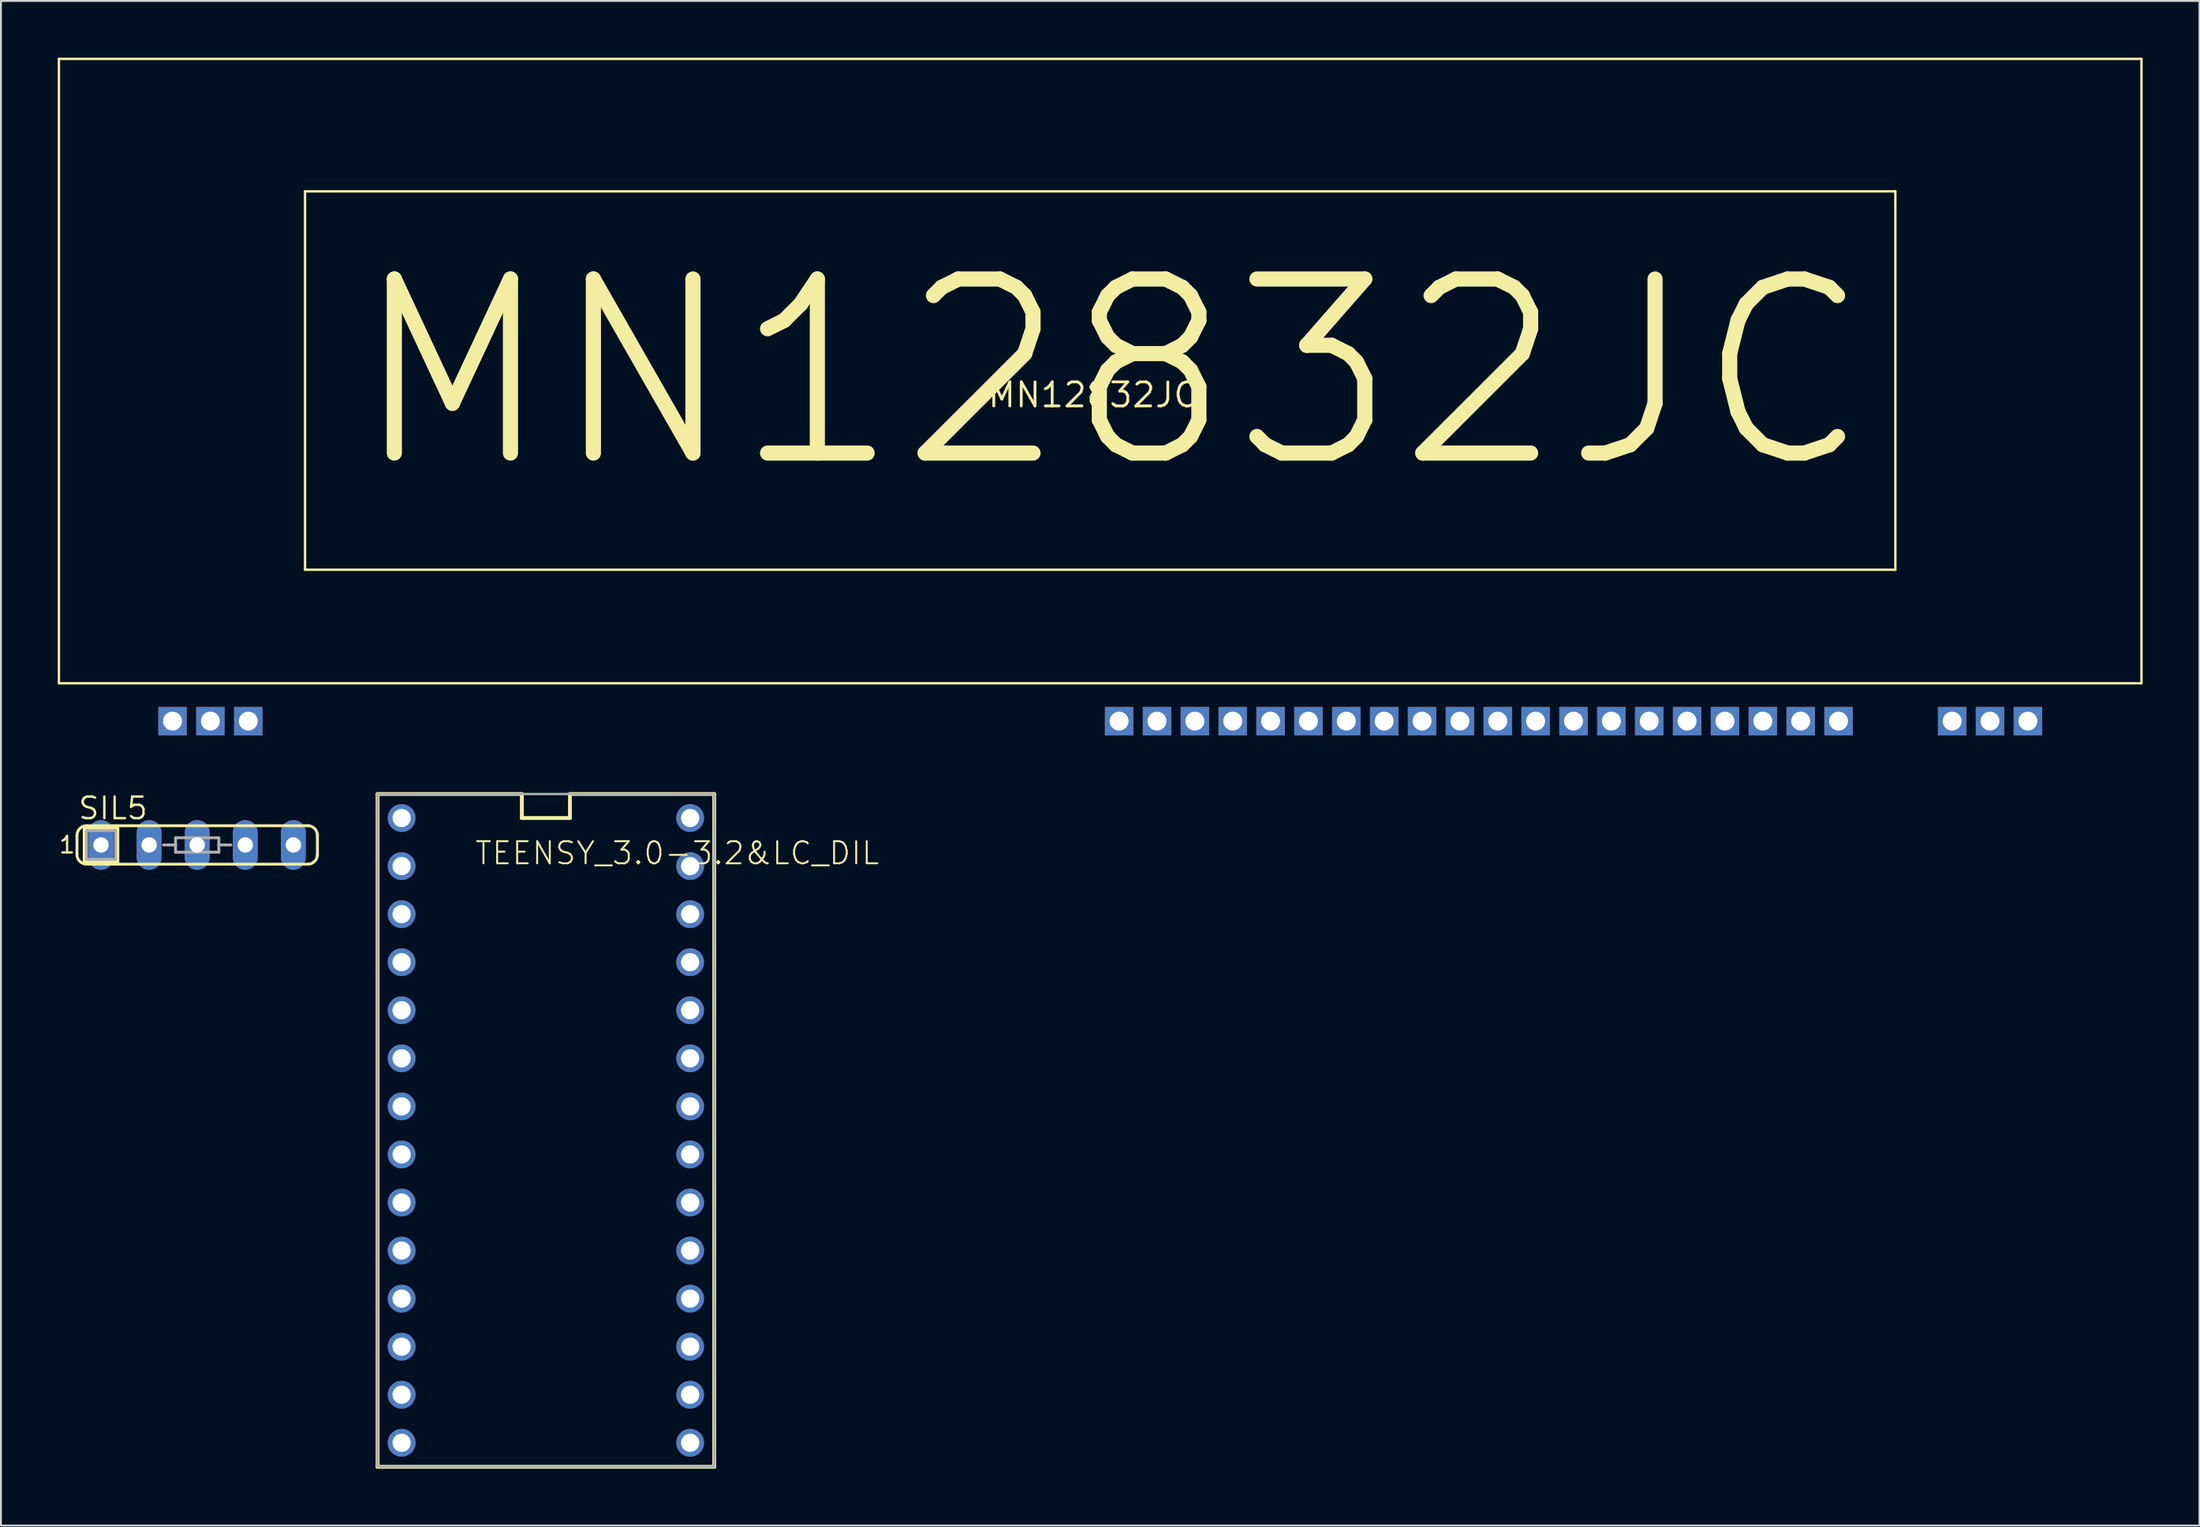
<source format=kicad_pcb>
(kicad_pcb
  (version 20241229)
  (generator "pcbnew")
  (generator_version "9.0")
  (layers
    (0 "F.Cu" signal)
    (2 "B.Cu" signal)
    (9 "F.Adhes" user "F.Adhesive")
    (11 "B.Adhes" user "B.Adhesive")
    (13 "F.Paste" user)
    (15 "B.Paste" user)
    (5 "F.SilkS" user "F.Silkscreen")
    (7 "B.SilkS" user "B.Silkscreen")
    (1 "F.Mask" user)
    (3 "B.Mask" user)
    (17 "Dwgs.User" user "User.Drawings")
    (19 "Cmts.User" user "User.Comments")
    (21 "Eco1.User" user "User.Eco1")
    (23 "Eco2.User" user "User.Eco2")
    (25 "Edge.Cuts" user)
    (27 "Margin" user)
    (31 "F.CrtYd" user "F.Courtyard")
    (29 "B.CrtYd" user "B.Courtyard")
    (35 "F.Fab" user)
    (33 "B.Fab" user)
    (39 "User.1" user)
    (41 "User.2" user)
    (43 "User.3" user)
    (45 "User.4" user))
  (footprint "MN12832JC"
    (layer "F.Cu")
    (at 54.673 17.823)
    (property "Reference" "MN12832JC" (at 0 0 0) (layer "F.SilkS") (effects (font (size 1.27 1.27) (thickness 0.15))))
    (fp_line (start -54.61 -17.76) (end -54.61 15.24) (stroke (width 0.127) (type solid)) (layer "F.SilkS"))
    (fp_line (start -54.61 15.24) (end 55.39 15.24) (stroke (width 0.127) (type solid)) (layer "F.SilkS"))
    (fp_line (start -41.61 -10.76) (end 42.39 -10.76) (stroke (width 0.127) (type solid)) (layer "F.SilkS"))
    (fp_line (start -41.61 9.24) (end -41.61 -10.76) (stroke (width 0.127) (type solid)) (layer "F.SilkS"))
    (fp_line (start 42.39 -10.76) (end 42.39 9.24) (stroke (width 0.127) (type solid)) (layer "F.SilkS"))
    (fp_line (start 42.39 9.24) (end -41.61 9.24) (stroke (width 0.127) (type solid)) (layer "F.SilkS"))
    (fp_line (start 55.39 -17.76) (end -54.61 -17.76) (stroke (width 0.127) (type solid)) (layer "F.SilkS"))
    (fp_line (start 55.39 15.24) (end 55.39 -17.76) (stroke (width 0.127) (type solid)) (layer "F.SilkS"))
    (fp_text user "MN12832JC" (at -39.61 4.24 0) (layer "F.SilkS") (effects (font (size 9.2 9.2) (thickness 0.8)) (justify left bottom)))
    (pad "BLK1" thru_hole rect (at 1.39 17.24) (size 1.5 1.5) (drill 1) (layers "*.Cu" "*.Mask"))
    (pad "BLK2" thru_hole rect (at 39.39 17.24) (size 1.5 1.5) (drill 1) (layers "*.Cu" "*.Mask"))
    (pad "CLK1" thru_hole rect (at 5.39 17.24) (size 1.5 1.5) (drill 1) (layers "*.Cu" "*.Mask"))
    (pad "CLK2" thru_hole rect (at 35.39 17.24) (size 1.5 1.5) (drill 1) (layers "*.Cu" "*.Mask"))
    (pad "F1_1" thru_hole rect (at -48.61 17.24) (size 1.5 1.5) (drill 1) (layers "*.Cu" "*.Mask"))
    (pad "F1_2" thru_hole rect (at -46.61 17.24) (size 1.5 1.5) (drill 1) (layers "*.Cu" "*.Mask"))
    (pad "F1_3" thru_hole rect (at -44.61 17.24) (size 1.5 1.5) (drill 1) (layers "*.Cu" "*.Mask"))
    (pad "F2_1" thru_hole rect (at 45.39 17.24) (size 1.5 1.5) (drill 1) (layers "*.Cu" "*.Mask"))
    (pad "F2_2" thru_hole rect (at 47.39 17.24) (size 1.5 1.5) (drill 1) (layers "*.Cu" "*.Mask"))
    (pad "F2_3" thru_hole rect (at 49.39 17.24) (size 1.5 1.5) (drill 1) (layers "*.Cu" "*.Mask"))
    (pad "GBLK" thru_hole rect (at 21.39 17.24) (size 1.5 1.5) (drill 1) (layers "*.Cu" "*.Mask"))
    (pad "GCLK" thru_hole rect (at 25.39 17.24) (size 1.5 1.5) (drill 1) (layers "*.Cu" "*.Mask"))
    (pad "GLAT" thru_hole rect (at 23.39 17.24) (size 1.5 1.5) (drill 1) (layers "*.Cu" "*.Mask"))
    (pad "GSIN" thru_hole rect (at 27.39 17.24) (size 1.5 1.5) (drill 1) (layers "*.Cu" "*.Mask"))
    (pad "GSOUT" thru_hole rect (at 29.39 17.24) (size 1.5 1.5) (drill 1) (layers "*.Cu" "*.Mask"))
    (pad "LAT1" thru_hole rect (at 3.39 17.24) (size 1.5 1.5) (drill 1) (layers "*.Cu" "*.Mask"))
    (pad "LAT2" thru_hole rect (at 37.39 17.24) (size 1.5 1.5) (drill 1) (layers "*.Cu" "*.Mask"))
    (pad "NC_1" thru_hole rect (at 9.39 17.24) (size 1.5 1.5) (drill 1) (layers "*.Cu" "*.Mask"))
    (pad "NC_2" thru_hole rect (at 31.39 17.24) (size 1.5 1.5) (drill 1) (layers "*.Cu" "*.Mask"))
    (pad "SIN1" thru_hole rect (at 7.39 17.24) (size 1.5 1.5) (drill 1) (layers "*.Cu" "*.Mask"))
    (pad "SIN2" thru_hole rect (at 33.39 17.24) (size 1.5 1.5) (drill 1) (layers "*.Cu" "*.Mask"))
    (pad "VDD1" thru_hole rect (at 19.39 17.24) (size 1.5 1.5) (drill 1) (layers "*.Cu" "*.Mask"))
    (pad "VDD2_1" thru_hole rect (at 11.39 17.24) (size 1.5 1.5) (drill 1) (layers "*.Cu" "*.Mask"))
    (pad "VDD2_2" thru_hole rect (at 13.39 17.24) (size 1.5 1.5) (drill 1) (layers "*.Cu" "*.Mask"))
    (pad "VSS" thru_hole rect (at 15.39 17.24) (size 1.5 1.5) (drill 1) (layers "*.Cu" "*.Mask"))
    (pad "VSS_2" thru_hole rect (at 17.39 17.24) (size 1.5 1.5) (drill 1) (layers "*.Cu" "*.Mask")))
  (footprint "SIL5"
    (layer "F.Cu")
    (at 7.366 41.608)
    (property "Reference" "SIL5" (at -6.35 -1.27 0) (layer "F.SilkS") (effects (font (size 1.143 1.143) (thickness 0.127)) (justify left bottom)))
    (fp_line (start -6.35 0.508) (end -6.35 -0.508) (stroke (width 0.152) (type solid)) (layer "F.SilkS"))
    (fp_line (start -5.969 -0.889) (end -5.969 0.889) (stroke (width 0.152) (type solid)) (layer "F.SilkS"))
    (fp_line (start -4.191 -0.889) (end -5.969 -0.889) (stroke (width 0.152) (type solid)) (layer "F.SilkS"))
    (fp_line (start -4.191 -0.889) (end -4.191 0.889) (stroke (width 0.152) (type solid)) (layer "F.SilkS"))
    (fp_line (start -4.191 0.889) (end -5.969 0.889) (stroke (width 0.152) (type solid)) (layer "F.SilkS"))
    (fp_line (start 5.842 -1.016) (end -5.842 -1.016) (stroke (width 0.152) (type solid)) (layer "F.SilkS"))
    (fp_line (start 5.842 1.016) (end -5.842 1.016) (stroke (width 0.152) (type solid)) (layer "F.SilkS"))
    (fp_line (start 6.35 0.508) (end 6.35 -0.508) (stroke (width 0.152) (type solid)) (layer "F.SilkS"))
    (fp_arc (start -6.35 -0.508) (mid -6.20121 -0.86721) (end -5.841999 -1.015999) (stroke (width 0.1524) (type solid)) (layer "F.SilkS"))
    (fp_arc (start -5.841999 1.015999) (mid -6.20121 0.86721) (end -6.35 0.508) (stroke (width 0.1524) (type solid)) (layer "F.SilkS"))
    (fp_arc (start 5.842 -1.016) (mid 6.201211 -0.86721) (end 6.350001 -0.507999) (stroke (width 0.1524) (type solid)) (layer "F.SilkS"))
    (fp_arc (start 6.350001 0.507999) (mid 6.201211 0.86721) (end 5.842 1.016) (stroke (width 0.1524) (type solid)) (layer "F.SilkS"))
    (fp_line (start -5.842 -0.762) (end -4.318 -0.762) (stroke (width 0.152) (type solid)) (layer "F.Fab"))
    (fp_line (start -5.842 0.762) (end -5.842 -0.762) (stroke (width 0.152) (type solid)) (layer "F.Fab"))
    (fp_line (start -4.318 -0.762) (end -4.318 0.762) (stroke (width 0.152) (type solid)) (layer "F.Fab"))
    (fp_line (start -4.318 0.762) (end -5.842 0.762) (stroke (width 0.152) (type solid)) (layer "F.Fab"))
    (fp_line (start -1.778 0) (end -1.143 0) (stroke (width 0.152) (type solid)) (layer "F.Fab"))
    (fp_line (start -1.143 -0.381) (end 1.143 -0.381) (stroke (width 0.152) (type solid)) (layer "F.Fab"))
    (fp_line (start -1.143 0) (end -1.143 -0.381) (stroke (width 0.152) (type solid)) (layer "F.Fab"))
    (fp_line (start -1.143 0.381) (end -1.143 0) (stroke (width 0.152) (type solid)) (layer "F.Fab"))
    (fp_line (start 1.143 -0.381) (end 1.143 0) (stroke (width 0.152) (type solid)) (layer "F.Fab"))
    (fp_line (start 1.143 0) (end 1.143 0.381) (stroke (width 0.152) (type solid)) (layer "F.Fab"))
    (fp_line (start 1.143 0.381) (end -1.143 0.381) (stroke (width 0.152) (type solid)) (layer "F.Fab"))
    (fp_line (start 1.778 0) (end 1.143 0) (stroke (width 0.152) (type solid)) (layer "F.Fab"))
    (fp_text user "1" (at -7.366 0.508 0) (layer "F.SilkS") (effects (font (size 0.872 0.872) (thickness 0.119)) (justify left bottom)))
    (pad "1" thru_hole oval (at -5.08 0 90) (size 2.626 1.313) (drill 0.813) (layers "*.Cu" "*.Mask"))
    (pad "2" thru_hole oval (at -2.54 0 90) (size 2.626 1.313) (drill 0.813) (layers "*.Cu" "*.Mask"))
    (pad "3" thru_hole oval (at 0 0 90) (size 2.626 1.313) (drill 0.813) (layers "*.Cu" "*.Mask"))
    (pad "4" thru_hole oval (at 2.54 0 90) (size 2.626 1.313) (drill 0.813) (layers "*.Cu" "*.Mask"))
    (pad "5" thru_hole oval (at 5.08 0 90) (size 2.626 1.313) (drill 0.813) (layers "*.Cu" "*.Mask")))
  (footprint "TEENSY_3.0-3.2&LC_DIL"
    (layer "F.Cu")
    (at 25.784 56.695)
    (property "Reference" "TEENSY_3.0-3.2&LC_DIL" (at -3.81 -13.97 0) (layer "F.SilkS") (effects (font (size 1.168 1.168) (thickness 0.102)) (justify left bottom)))
    (fp_line (start -8.89 -17.78) (end -1.27 -17.78) (stroke (width 0.203) (type solid)) (layer "F.SilkS"))
    (fp_line (start -8.89 17.78) (end -8.89 -17.78) (stroke (width 0.203) (type solid)) (layer "F.SilkS"))
    (fp_line (start -1.27 -17.78) (end -1.27 -16.51) (stroke (width 0.203) (type solid)) (layer "F.SilkS"))
    (fp_line (start -1.27 -16.51) (end 1.27 -16.51) (stroke (width 0.203) (type solid)) (layer "F.SilkS"))
    (fp_line (start 1.27 -17.78) (end 8.89 -17.78) (stroke (width 0.203) (type solid)) (layer "F.SilkS"))
    (fp_line (start 1.27 -16.51) (end 1.27 -17.78) (stroke (width 0.203) (type solid)) (layer "F.SilkS"))
    (fp_line (start 8.89 -17.78) (end 8.89 17.78) (stroke (width 0.203) (type solid)) (layer "F.SilkS"))
    (fp_line (start 8.89 17.78) (end -8.89 17.78) (stroke (width 0.203) (type solid)) (layer "F.SilkS"))
    (fp_line (start -8.89 -17.78) (end 8.89 -17.78) (stroke (width 0.127) (type solid)) (layer "F.Fab"))
    (fp_line (start -8.89 17.78) (end -8.89 -17.78) (stroke (width 0.127) (type solid)) (layer "F.Fab"))
    (fp_line (start 8.89 -17.78) (end 8.89 17.78) (stroke (width 0.127) (type solid)) (layer "F.Fab"))
    (fp_line (start 8.89 17.78) (end -8.89 17.78) (stroke (width 0.127) (type solid)) (layer "F.Fab"))
    (pad "0" thru_hole circle (at -7.62 -13.97) (size 1.465 1.465) (drill 0.965) (layers "*.Cu" "*.Mask"))
    (pad "1" thru_hole circle (at -7.62 -11.43) (size 1.465 1.465) (drill 0.965) (layers "*.Cu" "*.Mask"))
    (pad "2" thru_hole circle (at -7.62 -8.89) (size 1.465 1.465) (drill 0.965) (layers "*.Cu" "*.Mask"))
    (pad "3" thru_hole circle (at -7.62 -6.35) (size 1.465 1.465) (drill 0.965) (layers "*.Cu" "*.Mask"))
    (pad "3.3V" thru_hole circle (at 7.62 -11.43) (size 1.465 1.465) (drill 0.965) (layers "*.Cu" "*.Mask"))
    (pad "4" thru_hole circle (at -7.62 -3.81) (size 1.465 1.465) (drill 0.965) (layers "*.Cu" "*.Mask"))
    (pad "5" thru_hole circle (at -7.62 -1.27) (size 1.465 1.465) (drill 0.965) (layers "*.Cu" "*.Mask"))
    (pad "6" thru_hole circle (at -7.62 1.27) (size 1.465 1.465) (drill 0.965) (layers "*.Cu" "*.Mask"))
    (pad "7" thru_hole circle (at -7.62 3.81) (size 1.465 1.465) (drill 0.965) (layers "*.Cu" "*.Mask"))
    (pad "8" thru_hole circle (at -7.62 6.35) (size 1.465 1.465) (drill 0.965) (layers "*.Cu" "*.Mask"))
    (pad "9" thru_hole circle (at -7.62 8.89) (size 1.465 1.465) (drill 0.965) (layers "*.Cu" "*.Mask"))
    (pad "10" thru_hole circle (at -7.62 11.43) (size 1.465 1.465) (drill 0.965) (layers "*.Cu" "*.Mask"))
    (pad "11" thru_hole circle (at -7.62 13.97) (size 1.465 1.465) (drill 0.965) (layers "*.Cu" "*.Mask"))
    (pad "12" thru_hole circle (at -7.62 16.51) (size 1.465 1.465) (drill 0.965) (layers "*.Cu" "*.Mask"))
    (pad "13" thru_hole circle (at 7.62 16.51) (size 1.465 1.465) (drill 0.965) (layers "*.Cu" "*.Mask"))
    (pad "14/A0" thru_hole circle (at 7.62 13.97) (size 1.465 1.465) (drill 0.965) (layers "*.Cu" "*.Mask"))
    (pad "15/A1" thru_hole circle (at 7.62 11.43) (size 1.465 1.465) (drill 0.965) (layers "*.Cu" "*.Mask"))
    (pad "16/A2" thru_hole circle (at 7.62 8.89) (size 1.465 1.465) (drill 0.965) (layers "*.Cu" "*.Mask"))
    (pad "17/A3" thru_hole circle (at 7.62 6.35) (size 1.465 1.465) (drill 0.965) (layers "*.Cu" "*.Mask"))
    (pad "18/A4" thru_hole circle (at 7.62 3.81) (size 1.465 1.465) (drill 0.965) (layers "*.Cu" "*.Mask"))
    (pad "19/A5" thru_hole circle (at 7.62 1.27) (size 1.465 1.465) (drill 0.965) (layers "*.Cu" "*.Mask"))
    (pad "20/A6" thru_hole circle (at 7.62 -1.27) (size 1.465 1.465) (drill 0.965) (layers "*.Cu" "*.Mask"))
    (pad "21/A7" thru_hole circle (at 7.62 -3.81) (size 1.465 1.465) (drill 0.965) (layers "*.Cu" "*.Mask"))
    (pad "22/A8" thru_hole circle (at 7.62 -6.35) (size 1.465 1.465) (drill 0.965) (layers "*.Cu" "*.Mask"))
    (pad "23/A9" thru_hole circle (at 7.62 -8.89) (size 1.465 1.465) (drill 0.965) (layers "*.Cu" "*.Mask"))
    (pad "AGND" thru_hole circle (at 7.62 -13.97) (size 1.465 1.465) (drill 0.965) (layers "*.Cu" "*.Mask"))
    (pad "GND" thru_hole circle (at -7.62 -16.51) (size 1.465 1.465) (drill 0.965) (layers "*.Cu" "*.Mask"))
    (pad "VIN" thru_hole circle (at 7.62 -16.51) (size 1.465 1.465) (drill 0.965) (layers "*.Cu" "*.Mask")))
  (gr_rect
    (start -3 -3)
    (end 113.127 77.577)
    (stroke (width 0.1) (type default))
    (fill no)
    (layer "Edge.Cuts")))
</source>
